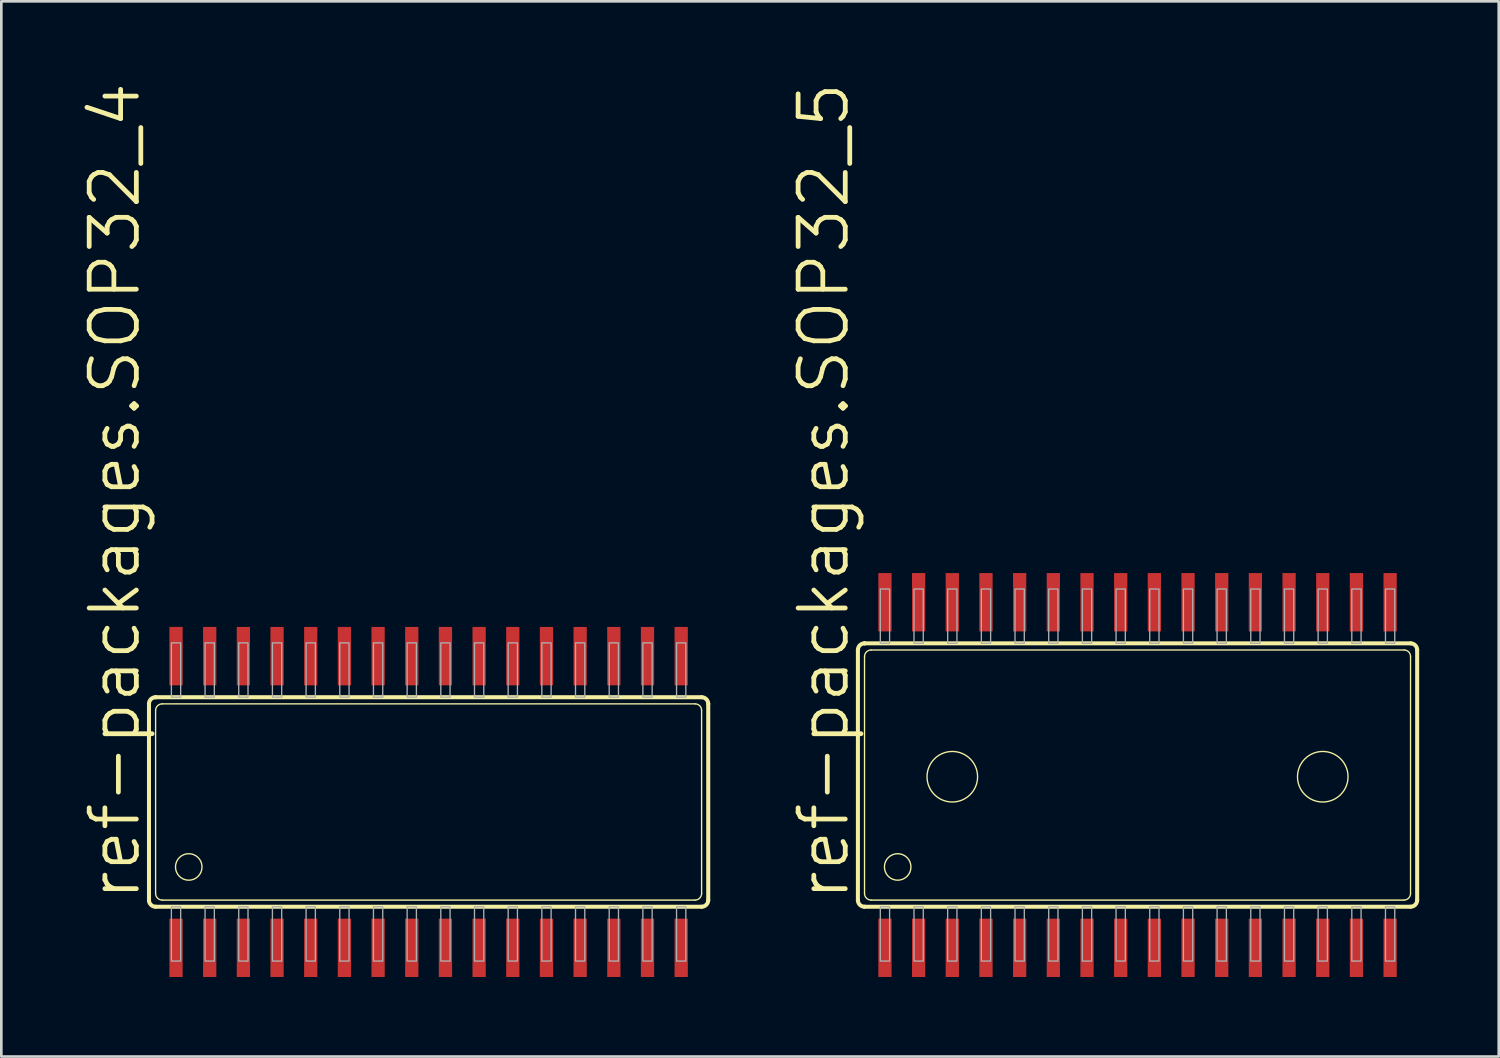
<source format=kicad_pcb>
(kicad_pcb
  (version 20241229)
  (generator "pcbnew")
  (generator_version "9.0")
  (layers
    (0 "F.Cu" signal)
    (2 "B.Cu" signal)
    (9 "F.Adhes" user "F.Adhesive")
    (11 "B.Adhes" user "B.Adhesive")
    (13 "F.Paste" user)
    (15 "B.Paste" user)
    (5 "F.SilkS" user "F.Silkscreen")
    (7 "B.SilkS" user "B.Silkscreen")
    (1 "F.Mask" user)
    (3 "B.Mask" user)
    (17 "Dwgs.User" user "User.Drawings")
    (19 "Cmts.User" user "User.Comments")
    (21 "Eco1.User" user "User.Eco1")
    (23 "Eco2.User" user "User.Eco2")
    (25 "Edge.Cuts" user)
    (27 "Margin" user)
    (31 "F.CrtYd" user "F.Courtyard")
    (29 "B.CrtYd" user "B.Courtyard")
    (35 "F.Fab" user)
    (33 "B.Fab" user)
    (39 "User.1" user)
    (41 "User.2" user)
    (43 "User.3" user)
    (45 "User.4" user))
  (footprint "ref-packages.SOP32_4"
    (layer "F.Cu")
    (at 13.113 27.193)
    (property "Reference" "ref-packages.SOP32_4" (at -10.795 3.81 90) (layer "F.SilkS") (effects (font (size 1.778 1.778) (thickness 0.18)) (justify left bottom)))
    (attr smd)
    (fp_line (start -10.545 3.71) (end -10.545 -3.7) (stroke (width 0.152) (type default)) (layer "F.SilkS"))
    (fp_line (start -10.296 -3.95) (end -10.295 -3.95) (stroke (width 0.152) (type default)) (layer "F.SilkS"))
    (fp_line (start -10.295 -3.95) (end 10.295 -3.95) (stroke (width 0.152) (type default)) (layer "F.SilkS"))
    (fp_line (start -10.295 3.45) (end -10.295 -3.45) (stroke (width 0.051) (type default)) (layer "F.SilkS"))
    (fp_line (start -10.045 -3.7) (end 10.055 -3.7) (stroke (width 0.051) (type default)) (layer "F.SilkS"))
    (fp_line (start 10.045 3.7) (end -10.045 3.7) (stroke (width 0.051) (type default)) (layer "F.SilkS"))
    (fp_line (start 10.295 -3.46) (end 10.295 3.45) (stroke (width 0.051) (type default)) (layer "F.SilkS"))
    (fp_line (start 10.295 3.95) (end -10.295 3.95) (stroke (width 0.152) (type default)) (layer "F.SilkS"))
    (fp_line (start 10.545 -3.7) (end 10.545 3.7) (stroke (width 0.152) (type default)) (layer "F.SilkS"))
    (fp_arc (start -10.545 -3.7) (mid -10.471777 -3.876777) (end -10.295 -3.95) (stroke (width 0.1524) (type default)) (layer "F.SilkS"))
    (fp_arc (start -10.295 -3.45) (mid -10.221777 -3.626777) (end -10.045 -3.7) (stroke (width 0.0508) (type default)) (layer "F.SilkS"))
    (fp_arc (start -10.295 3.95) (mid -10.468333 3.880347) (end -10.545 3.71) (stroke (width 0.1524) (type default)) (layer "F.SilkS"))
    (fp_arc (start -10.045 3.7) (mid -10.221777 3.626777) (end -10.295 3.45) (stroke (width 0.0508) (type default)) (layer "F.SilkS"))
    (fp_arc (start 10.055 -3.7) (mid 10.223277 -3.628277) (end 10.295 -3.46) (stroke (width 0.0508) (type default)) (layer "F.SilkS"))
    (fp_arc (start 10.295 -3.95) (mid 10.471777 -3.876777) (end 10.545 -3.7) (stroke (width 0.1524) (type default)) (layer "F.SilkS"))
    (fp_arc (start 10.295 3.45) (mid 10.221777 3.626777) (end 10.045 3.7) (stroke (width 0.0508) (type default)) (layer "F.SilkS"))
    (fp_arc (start 10.545 3.7) (mid 10.471777 3.876777) (end 10.295 3.95) (stroke (width 0.1524) (type default)) (layer "F.SilkS"))
    (fp_circle (center -9.045 2.45) (end -8.545 2.45) (stroke (width 0.051) (type default)) (fill no) (layer "F.SilkS"))
    (fp_rect (start -9.7 -3.95) (end -9.35 -6) (stroke (width 0.05) (type default)) (fill no) (layer "F.Fab"))
    (fp_rect (start -9.7 6) (end -9.35 3.95) (stroke (width 0.05) (type default)) (fill no) (layer "F.Fab"))
    (fp_rect (start -8.43 -3.95) (end -8.08 -6) (stroke (width 0.05) (type default)) (fill no) (layer "F.Fab"))
    (fp_rect (start -8.43 6) (end -8.08 3.95) (stroke (width 0.05) (type default)) (fill no) (layer "F.Fab"))
    (fp_rect (start -7.16 -3.95) (end -6.81 -6) (stroke (width 0.05) (type default)) (fill no) (layer "F.Fab"))
    (fp_rect (start -7.16 6) (end -6.81 3.95) (stroke (width 0.05) (type default)) (fill no) (layer "F.Fab"))
    (fp_rect (start -5.89 -3.95) (end -5.54 -6) (stroke (width 0.05) (type default)) (fill no) (layer "F.Fab"))
    (fp_rect (start -5.89 6) (end -5.54 3.95) (stroke (width 0.05) (type default)) (fill no) (layer "F.Fab"))
    (fp_rect (start -4.62 -3.95) (end -4.27 -6) (stroke (width 0.05) (type default)) (fill no) (layer "F.Fab"))
    (fp_rect (start -4.62 6) (end -4.27 3.95) (stroke (width 0.05) (type default)) (fill no) (layer "F.Fab"))
    (fp_rect (start -3.35 -3.95) (end -3 -6) (stroke (width 0.05) (type default)) (fill no) (layer "F.Fab"))
    (fp_rect (start -3.35 6) (end -3 3.95) (stroke (width 0.05) (type default)) (fill no) (layer "F.Fab"))
    (fp_rect (start -2.08 -3.95) (end -1.73 -6) (stroke (width 0.05) (type default)) (fill no) (layer "F.Fab"))
    (fp_rect (start -2.08 6) (end -1.73 3.95) (stroke (width 0.05) (type default)) (fill no) (layer "F.Fab"))
    (fp_rect (start -0.81 -3.95) (end -0.46 -6) (stroke (width 0.05) (type default)) (fill no) (layer "F.Fab"))
    (fp_rect (start -0.81 6) (end -0.46 3.95) (stroke (width 0.05) (type default)) (fill no) (layer "F.Fab"))
    (fp_rect (start 0.46 -3.95) (end 0.81 -6) (stroke (width 0.05) (type default)) (fill no) (layer "F.Fab"))
    (fp_rect (start 0.46 6) (end 0.81 3.95) (stroke (width 0.05) (type default)) (fill no) (layer "F.Fab"))
    (fp_rect (start 1.73 -3.95) (end 2.08 -6) (stroke (width 0.05) (type default)) (fill no) (layer "F.Fab"))
    (fp_rect (start 1.73 6) (end 2.08 3.95) (stroke (width 0.05) (type default)) (fill no) (layer "F.Fab"))
    (fp_rect (start 3 -3.95) (end 3.35 -6) (stroke (width 0.05) (type default)) (fill no) (layer "F.Fab"))
    (fp_rect (start 3 6) (end 3.35 3.95) (stroke (width 0.05) (type default)) (fill no) (layer "F.Fab"))
    (fp_rect (start 4.27 -3.95) (end 4.62 -6) (stroke (width 0.05) (type default)) (fill no) (layer "F.Fab"))
    (fp_rect (start 4.27 6) (end 4.62 3.95) (stroke (width 0.05) (type default)) (fill no) (layer "F.Fab"))
    (fp_rect (start 5.54 -3.95) (end 5.89 -6) (stroke (width 0.05) (type default)) (fill no) (layer "F.Fab"))
    (fp_rect (start 5.54 6) (end 5.89 3.95) (stroke (width 0.05) (type default)) (fill no) (layer "F.Fab"))
    (fp_rect (start 6.81 -3.95) (end 7.16 -6) (stroke (width 0.05) (type default)) (fill no) (layer "F.Fab"))
    (fp_rect (start 6.81 6) (end 7.16 3.95) (stroke (width 0.05) (type default)) (fill no) (layer "F.Fab"))
    (fp_rect (start 8.08 -3.95) (end 8.43 -6) (stroke (width 0.05) (type default)) (fill no) (layer "F.Fab"))
    (fp_rect (start 8.08 6) (end 8.43 3.95) (stroke (width 0.05) (type default)) (fill no) (layer "F.Fab"))
    (fp_rect (start 9.35 -3.95) (end 9.7 -6) (stroke (width 0.05) (type default)) (fill no) (layer "F.Fab"))
    (fp_rect (start 9.35 6) (end 9.7 3.95) (stroke (width 0.05) (type default)) (fill no) (layer "F.Fab"))
    (pad "1" smd roundrect (at -9.525 5.5) (size 0.5 2.2) (layers "F.Cu" "F.Mask" "F.Paste") (roundrect_rratio 0.01))
    (pad "2" smd roundrect (at -8.255 5.5) (size 0.5 2.2) (layers "F.Cu" "F.Mask" "F.Paste") (roundrect_rratio 0.01))
    (pad "3" smd roundrect (at -6.985 5.5) (size 0.5 2.2) (layers "F.Cu" "F.Mask" "F.Paste") (roundrect_rratio 0.01))
    (pad "4" smd roundrect (at -5.715 5.5) (size 0.5 2.2) (layers "F.Cu" "F.Mask" "F.Paste") (roundrect_rratio 0.01))
    (pad "5" smd roundrect (at -4.445 5.5) (size 0.5 2.2) (layers "F.Cu" "F.Mask" "F.Paste") (roundrect_rratio 0.01))
    (pad "6" smd roundrect (at -3.175 5.5) (size 0.5 2.2) (layers "F.Cu" "F.Mask" "F.Paste") (roundrect_rratio 0.01))
    (pad "7" smd roundrect (at -1.905 5.5) (size 0.5 2.2) (layers "F.Cu" "F.Mask" "F.Paste") (roundrect_rratio 0.01))
    (pad "8" smd roundrect (at -0.635 5.5) (size 0.5 2.2) (layers "F.Cu" "F.Mask" "F.Paste") (roundrect_rratio 0.01))
    (pad "9" smd roundrect (at 0.635 5.5) (size 0.5 2.2) (layers "F.Cu" "F.Mask" "F.Paste") (roundrect_rratio 0.01))
    (pad "10" smd roundrect (at 1.905 5.5) (size 0.5 2.2) (layers "F.Cu" "F.Mask" "F.Paste") (roundrect_rratio 0.01))
    (pad "11" smd roundrect (at 3.175 5.5) (size 0.5 2.2) (layers "F.Cu" "F.Mask" "F.Paste") (roundrect_rratio 0.01))
    (pad "12" smd roundrect (at 4.445 5.5) (size 0.5 2.2) (layers "F.Cu" "F.Mask" "F.Paste") (roundrect_rratio 0.01))
    (pad "13" smd roundrect (at 5.715 5.5) (size 0.5 2.2) (layers "F.Cu" "F.Mask" "F.Paste") (roundrect_rratio 0.01))
    (pad "14" smd roundrect (at 6.985 5.5) (size 0.5 2.2) (layers "F.Cu" "F.Mask" "F.Paste") (roundrect_rratio 0.01))
    (pad "15" smd roundrect (at 8.255 5.5) (size 0.5 2.2) (layers "F.Cu" "F.Mask" "F.Paste") (roundrect_rratio 0.01))
    (pad "16" smd roundrect (at 9.525 5.5) (size 0.5 2.2) (layers "F.Cu" "F.Mask" "F.Paste") (roundrect_rratio 0.01))
    (pad "17" smd roundrect (at 9.525 -5.5) (size 0.5 2.2) (layers "F.Cu" "F.Mask" "F.Paste") (roundrect_rratio 0.01))
    (pad "18" smd roundrect (at 8.255 -5.5) (size 0.5 2.2) (layers "F.Cu" "F.Mask" "F.Paste") (roundrect_rratio 0.01))
    (pad "19" smd roundrect (at 6.985 -5.5) (size 0.5 2.2) (layers "F.Cu" "F.Mask" "F.Paste") (roundrect_rratio 0.01))
    (pad "20" smd roundrect (at 5.715 -5.5) (size 0.5 2.2) (layers "F.Cu" "F.Mask" "F.Paste") (roundrect_rratio 0.01))
    (pad "21" smd roundrect (at 4.445 -5.5) (size 0.5 2.2) (layers "F.Cu" "F.Mask" "F.Paste") (roundrect_rratio 0.01))
    (pad "22" smd roundrect (at 3.175 -5.5) (size 0.5 2.2) (layers "F.Cu" "F.Mask" "F.Paste") (roundrect_rratio 0.01))
    (pad "23" smd roundrect (at 1.905 -5.5) (size 0.5 2.2) (layers "F.Cu" "F.Mask" "F.Paste") (roundrect_rratio 0.01))
    (pad "24" smd roundrect (at 0.635 -5.5) (size 0.5 2.2) (layers "F.Cu" "F.Mask" "F.Paste") (roundrect_rratio 0.01))
    (pad "25" smd roundrect (at -0.635 -5.5) (size 0.5 2.2) (layers "F.Cu" "F.Mask" "F.Paste") (roundrect_rratio 0.01))
    (pad "26" smd roundrect (at -1.905 -5.5) (size 0.5 2.2) (layers "F.Cu" "F.Mask" "F.Paste") (roundrect_rratio 0.01))
    (pad "27" smd roundrect (at -3.175 -5.5) (size 0.5 2.2) (layers "F.Cu" "F.Mask" "F.Paste") (roundrect_rratio 0.01))
    (pad "28" smd roundrect (at -4.445 -5.5) (size 0.5 2.2) (layers "F.Cu" "F.Mask" "F.Paste") (roundrect_rratio 0.01))
    (pad "29" smd roundrect (at -5.715 -5.5) (size 0.5 2.2) (layers "F.Cu" "F.Mask" "F.Paste") (roundrect_rratio 0.01))
    (pad "30" smd roundrect (at -6.985 -5.5) (size 0.5 2.2) (layers "F.Cu" "F.Mask" "F.Paste") (roundrect_rratio 0.01))
    (pad "31" smd roundrect (at -8.255 -5.5) (size 0.5 2.2) (layers "F.Cu" "F.Mask" "F.Paste") (roundrect_rratio 0.01))
    (pad "32" smd roundrect (at -9.525 -5.5) (size 0.5 2.2) (layers "F.Cu" "F.Mask" "F.Paste") (roundrect_rratio 0.01)))
  (footprint "ref-packages.SOP32_5"
    (layer "F.Cu")
    (at 39.847 26.177)
    (property "Reference" "ref-packages.SOP32_5" (at -10.795 4.826 90) (layer "F.SilkS") (effects (font (size 1.778 1.778) (thickness 0.18)) (justify left bottom)))
    (attr smd)
    (fp_line (start -10.545 4.726) (end -10.545 -4.716) (stroke (width 0.152) (type default)) (layer "F.SilkS"))
    (fp_line (start -10.296 -4.966) (end -10.295 -4.966) (stroke (width 0.152) (type default)) (layer "F.SilkS"))
    (fp_line (start -10.295 -4.966) (end 10.295 -4.966) (stroke (width 0.152) (type default)) (layer "F.SilkS"))
    (fp_line (start -10.295 4.466) (end -10.295 -4.466) (stroke (width 0.051) (type default)) (layer "F.SilkS"))
    (fp_line (start -10.045 -4.716) (end 10.055 -4.716) (stroke (width 0.051) (type default)) (layer "F.SilkS"))
    (fp_line (start 10.045 4.716) (end -10.045 4.716) (stroke (width 0.051) (type default)) (layer "F.SilkS"))
    (fp_line (start 10.295 -4.476) (end 10.295 4.466) (stroke (width 0.051) (type default)) (layer "F.SilkS"))
    (fp_line (start 10.295 4.966) (end -10.295 4.966) (stroke (width 0.152) (type default)) (layer "F.SilkS"))
    (fp_line (start 10.545 -4.716) (end 10.545 4.716) (stroke (width 0.152) (type default)) (layer "F.SilkS"))
    (fp_arc (start -10.545 -4.716) (mid -10.471777 -4.892777) (end -10.295 -4.966) (stroke (width 0.1524) (type default)) (layer "F.SilkS"))
    (fp_arc (start -10.295 -4.466) (mid -10.221777 -4.642777) (end -10.045 -4.716) (stroke (width 0.0508) (type default)) (layer "F.SilkS"))
    (fp_arc (start -10.295 4.966) (mid -10.468333 4.896347) (end -10.545 4.726) (stroke (width 0.1524) (type default)) (layer "F.SilkS"))
    (fp_arc (start -10.045 4.716) (mid -10.221777 4.642777) (end -10.295 4.466) (stroke (width 0.0508) (type default)) (layer "F.SilkS"))
    (fp_arc (start 10.055 -4.716) (mid 10.223277 -4.644277) (end 10.295 -4.476) (stroke (width 0.0508) (type default)) (layer "F.SilkS"))
    (fp_arc (start 10.295 -4.966) (mid 10.471777 -4.892777) (end 10.545 -4.716) (stroke (width 0.1524) (type default)) (layer "F.SilkS"))
    (fp_arc (start 10.295 4.466) (mid 10.221777 4.642777) (end 10.045 4.716) (stroke (width 0.0508) (type default)) (layer "F.SilkS"))
    (fp_arc (start 10.545 4.716) (mid 10.471777 4.892777) (end 10.295 4.966) (stroke (width 0.1524) (type default)) (layer "F.SilkS"))
    (fp_circle (center -9.045 3.466) (end -8.545 3.466) (stroke (width 0.051) (type default)) (fill no) (layer "F.SilkS"))
    (fp_circle (center -6.985 0.064) (end -6.032 0.064) (stroke (width 0.051) (type default)) (fill no) (layer "F.SilkS"))
    (fp_circle (center 6.985 0.064) (end 7.938 0.064) (stroke (width 0.051) (type default)) (fill no) (layer "F.SilkS"))
    (fp_rect (start -9.7 -4.966) (end -9.35 -7.016) (stroke (width 0.05) (type default)) (fill no) (layer "F.Fab"))
    (fp_rect (start -9.7 7.016) (end -9.35 4.966) (stroke (width 0.05) (type default)) (fill no) (layer "F.Fab"))
    (fp_rect (start -8.43 -4.966) (end -8.08 -7.016) (stroke (width 0.05) (type default)) (fill no) (layer "F.Fab"))
    (fp_rect (start -8.43 7.016) (end -8.08 4.966) (stroke (width 0.05) (type default)) (fill no) (layer "F.Fab"))
    (fp_rect (start -7.16 -4.966) (end -6.81 -7.016) (stroke (width 0.05) (type default)) (fill no) (layer "F.Fab"))
    (fp_rect (start -7.16 7.016) (end -6.81 4.966) (stroke (width 0.05) (type default)) (fill no) (layer "F.Fab"))
    (fp_rect (start -5.89 -4.966) (end -5.54 -7.016) (stroke (width 0.05) (type default)) (fill no) (layer "F.Fab"))
    (fp_rect (start -5.89 7.016) (end -5.54 4.966) (stroke (width 0.05) (type default)) (fill no) (layer "F.Fab"))
    (fp_rect (start -4.62 -4.966) (end -4.27 -7.016) (stroke (width 0.05) (type default)) (fill no) (layer "F.Fab"))
    (fp_rect (start -4.62 7.016) (end -4.27 4.966) (stroke (width 0.05) (type default)) (fill no) (layer "F.Fab"))
    (fp_rect (start -3.35 -4.966) (end -3 -7.016) (stroke (width 0.05) (type default)) (fill no) (layer "F.Fab"))
    (fp_rect (start -3.35 7.016) (end -3 4.966) (stroke (width 0.05) (type default)) (fill no) (layer "F.Fab"))
    (fp_rect (start -2.08 -4.966) (end -1.73 -7.016) (stroke (width 0.05) (type default)) (fill no) (layer "F.Fab"))
    (fp_rect (start -2.08 7.016) (end -1.73 4.966) (stroke (width 0.05) (type default)) (fill no) (layer "F.Fab"))
    (fp_rect (start -0.81 -4.966) (end -0.46 -7.016) (stroke (width 0.05) (type default)) (fill no) (layer "F.Fab"))
    (fp_rect (start -0.81 7.016) (end -0.46 4.966) (stroke (width 0.05) (type default)) (fill no) (layer "F.Fab"))
    (fp_rect (start 0.46 -4.966) (end 0.81 -7.016) (stroke (width 0.05) (type default)) (fill no) (layer "F.Fab"))
    (fp_rect (start 0.46 7.016) (end 0.81 4.966) (stroke (width 0.05) (type default)) (fill no) (layer "F.Fab"))
    (fp_rect (start 1.73 -4.966) (end 2.08 -7.016) (stroke (width 0.05) (type default)) (fill no) (layer "F.Fab"))
    (fp_rect (start 1.73 7.016) (end 2.08 4.966) (stroke (width 0.05) (type default)) (fill no) (layer "F.Fab"))
    (fp_rect (start 3 -4.966) (end 3.35 -7.016) (stroke (width 0.05) (type default)) (fill no) (layer "F.Fab"))
    (fp_rect (start 3 7.016) (end 3.35 4.966) (stroke (width 0.05) (type default)) (fill no) (layer "F.Fab"))
    (fp_rect (start 4.27 -4.966) (end 4.62 -7.016) (stroke (width 0.05) (type default)) (fill no) (layer "F.Fab"))
    (fp_rect (start 4.27 7.016) (end 4.62 4.966) (stroke (width 0.05) (type default)) (fill no) (layer "F.Fab"))
    (fp_rect (start 5.54 -4.966) (end 5.89 -7.016) (stroke (width 0.05) (type default)) (fill no) (layer "F.Fab"))
    (fp_rect (start 5.54 7.016) (end 5.89 4.966) (stroke (width 0.05) (type default)) (fill no) (layer "F.Fab"))
    (fp_rect (start 6.81 -4.966) (end 7.16 -7.016) (stroke (width 0.05) (type default)) (fill no) (layer "F.Fab"))
    (fp_rect (start 6.81 7.016) (end 7.16 4.966) (stroke (width 0.05) (type default)) (fill no) (layer "F.Fab"))
    (fp_rect (start 8.08 -4.966) (end 8.43 -7.016) (stroke (width 0.05) (type default)) (fill no) (layer "F.Fab"))
    (fp_rect (start 8.08 7.016) (end 8.43 4.966) (stroke (width 0.05) (type default)) (fill no) (layer "F.Fab"))
    (fp_rect (start 9.35 -4.966) (end 9.7 -7.016) (stroke (width 0.05) (type default)) (fill no) (layer "F.Fab"))
    (fp_rect (start 9.35 7.016) (end 9.7 4.966) (stroke (width 0.05) (type default)) (fill no) (layer "F.Fab"))
    (pad "1" smd roundrect (at -9.525 6.516) (size 0.5 2.2) (layers "F.Cu" "F.Mask" "F.Paste") (roundrect_rratio 0.01))
    (pad "2" smd roundrect (at -8.255 6.516) (size 0.5 2.2) (layers "F.Cu" "F.Mask" "F.Paste") (roundrect_rratio 0.01))
    (pad "3" smd roundrect (at -6.985 6.516) (size 0.5 2.2) (layers "F.Cu" "F.Mask" "F.Paste") (roundrect_rratio 0.01))
    (pad "4" smd roundrect (at -5.715 6.516) (size 0.5 2.2) (layers "F.Cu" "F.Mask" "F.Paste") (roundrect_rratio 0.01))
    (pad "5" smd roundrect (at -4.445 6.516) (size 0.5 2.2) (layers "F.Cu" "F.Mask" "F.Paste") (roundrect_rratio 0.01))
    (pad "6" smd roundrect (at -3.175 6.516) (size 0.5 2.2) (layers "F.Cu" "F.Mask" "F.Paste") (roundrect_rratio 0.01))
    (pad "7" smd roundrect (at -1.905 6.516) (size 0.5 2.2) (layers "F.Cu" "F.Mask" "F.Paste") (roundrect_rratio 0.01))
    (pad "8" smd roundrect (at -0.635 6.516) (size 0.5 2.2) (layers "F.Cu" "F.Mask" "F.Paste") (roundrect_rratio 0.01))
    (pad "9" smd roundrect (at 0.635 6.516) (size 0.5 2.2) (layers "F.Cu" "F.Mask" "F.Paste") (roundrect_rratio 0.01))
    (pad "10" smd roundrect (at 1.905 6.516) (size 0.5 2.2) (layers "F.Cu" "F.Mask" "F.Paste") (roundrect_rratio 0.01))
    (pad "11" smd roundrect (at 3.175 6.516) (size 0.5 2.2) (layers "F.Cu" "F.Mask" "F.Paste") (roundrect_rratio 0.01))
    (pad "12" smd roundrect (at 4.445 6.516) (size 0.5 2.2) (layers "F.Cu" "F.Mask" "F.Paste") (roundrect_rratio 0.01))
    (pad "13" smd roundrect (at 5.715 6.516) (size 0.5 2.2) (layers "F.Cu" "F.Mask" "F.Paste") (roundrect_rratio 0.01))
    (pad "14" smd roundrect (at 6.985 6.516) (size 0.5 2.2) (layers "F.Cu" "F.Mask" "F.Paste") (roundrect_rratio 0.01))
    (pad "15" smd roundrect (at 8.255 6.516) (size 0.5 2.2) (layers "F.Cu" "F.Mask" "F.Paste") (roundrect_rratio 0.01))
    (pad "16" smd roundrect (at 9.525 6.516) (size 0.5 2.2) (layers "F.Cu" "F.Mask" "F.Paste") (roundrect_rratio 0.01))
    (pad "17" smd roundrect (at 9.525 -6.516) (size 0.5 2.2) (layers "F.Cu" "F.Mask" "F.Paste") (roundrect_rratio 0.01))
    (pad "18" smd roundrect (at 8.255 -6.516) (size 0.5 2.2) (layers "F.Cu" "F.Mask" "F.Paste") (roundrect_rratio 0.01))
    (pad "19" smd roundrect (at 6.985 -6.516) (size 0.5 2.2) (layers "F.Cu" "F.Mask" "F.Paste") (roundrect_rratio 0.01))
    (pad "20" smd roundrect (at 5.715 -6.516) (size 0.5 2.2) (layers "F.Cu" "F.Mask" "F.Paste") (roundrect_rratio 0.01))
    (pad "21" smd roundrect (at 4.445 -6.516) (size 0.5 2.2) (layers "F.Cu" "F.Mask" "F.Paste") (roundrect_rratio 0.01))
    (pad "22" smd roundrect (at 3.175 -6.516) (size 0.5 2.2) (layers "F.Cu" "F.Mask" "F.Paste") (roundrect_rratio 0.01))
    (pad "23" smd roundrect (at 1.905 -6.516) (size 0.5 2.2) (layers "F.Cu" "F.Mask" "F.Paste") (roundrect_rratio 0.01))
    (pad "24" smd roundrect (at 0.635 -6.516) (size 0.5 2.2) (layers "F.Cu" "F.Mask" "F.Paste") (roundrect_rratio 0.01))
    (pad "25" smd roundrect (at -0.635 -6.516) (size 0.5 2.2) (layers "F.Cu" "F.Mask" "F.Paste") (roundrect_rratio 0.01))
    (pad "26" smd roundrect (at -1.905 -6.516) (size 0.5 2.2) (layers "F.Cu" "F.Mask" "F.Paste") (roundrect_rratio 0.01))
    (pad "27" smd roundrect (at -3.175 -6.516) (size 0.5 2.2) (layers "F.Cu" "F.Mask" "F.Paste") (roundrect_rratio 0.01))
    (pad "28" smd roundrect (at -4.445 -6.516) (size 0.5 2.2) (layers "F.Cu" "F.Mask" "F.Paste") (roundrect_rratio 0.01))
    (pad "29" smd roundrect (at -5.715 -6.516) (size 0.5 2.2) (layers "F.Cu" "F.Mask" "F.Paste") (roundrect_rratio 0.01))
    (pad "30" smd roundrect (at -6.985 -6.516) (size 0.5 2.2) (layers "F.Cu" "F.Mask" "F.Paste") (roundrect_rratio 0.01))
    (pad "31" smd roundrect (at -8.255 -6.516) (size 0.5 2.2) (layers "F.Cu" "F.Mask" "F.Paste") (roundrect_rratio 0.01))
    (pad "32" smd roundrect (at -9.525 -6.516) (size 0.5 2.2) (layers "F.Cu" "F.Mask" "F.Paste") (roundrect_rratio 0.01)))
  (gr_rect
    (start -3 -3)
    (end 53.468 36.793)
    (stroke (width 0.1) (type default))
    (fill no)
    (layer "Edge.Cuts")))
</source>
